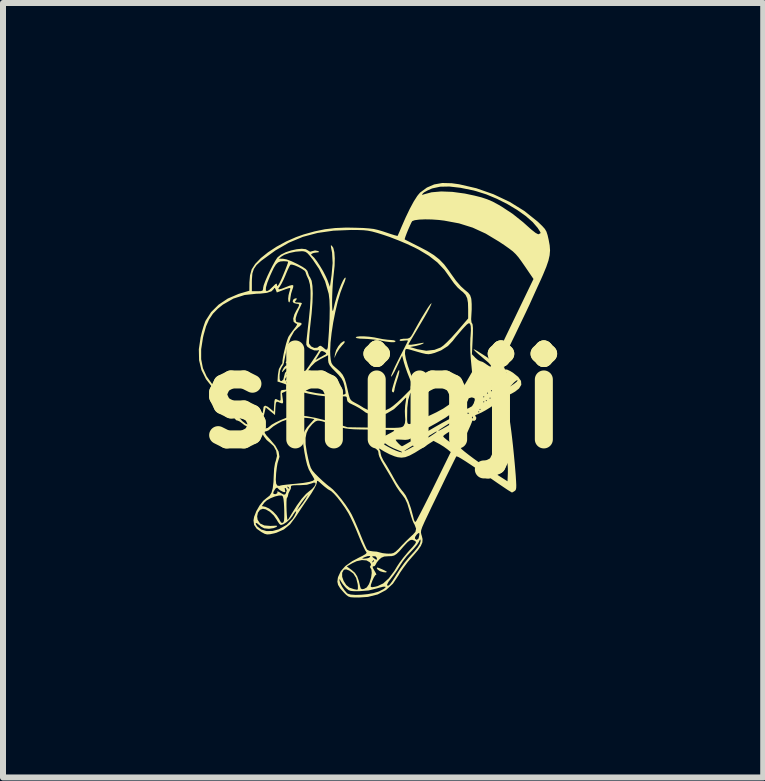
<source format=kicad_pcb>
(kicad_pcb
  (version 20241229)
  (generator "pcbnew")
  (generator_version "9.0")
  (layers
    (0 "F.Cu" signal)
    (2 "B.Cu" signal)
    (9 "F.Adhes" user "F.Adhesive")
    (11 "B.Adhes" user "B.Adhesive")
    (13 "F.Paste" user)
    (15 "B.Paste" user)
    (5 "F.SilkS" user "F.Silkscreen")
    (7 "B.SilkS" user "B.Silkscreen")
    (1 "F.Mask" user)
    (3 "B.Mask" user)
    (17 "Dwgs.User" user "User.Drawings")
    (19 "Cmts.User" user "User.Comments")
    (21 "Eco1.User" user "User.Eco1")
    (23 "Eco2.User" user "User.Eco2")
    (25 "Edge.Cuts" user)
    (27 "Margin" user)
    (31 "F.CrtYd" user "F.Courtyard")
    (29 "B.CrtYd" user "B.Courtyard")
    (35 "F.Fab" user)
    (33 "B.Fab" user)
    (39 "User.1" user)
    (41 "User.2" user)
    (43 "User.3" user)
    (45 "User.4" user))
  (footprint "shinji"
    (layer "F.Cu")
    (at 3.336 3.596)
    (property "Reference" "shinji" (at 0 0 0) (layer "F.SilkS") (effects (font (size 1.5 1.5) (thickness 0.3))))
    (attr board_only exclude_from_pos_files exclude_from_bom)
    (fp_poly (pts (xy -0.637 -0.951) (xy -0.651 -0.925) (xy -0.682 -0.891) (xy -0.732 -0.83) (xy -0.773 -0.764) (xy -0.78 -0.75) (xy -0.813 -0.677) (xy -0.802 -0.748) (xy -0.783 -0.811) (xy -0.747 -0.875) (xy -0.705 -0.927) (xy -0.664 -0.956) (xy -0.651 -0.958)) (stroke (width 0) (type solid)) (fill yes) (layer "F.SilkS"))
    (fp_poly (pts (xy -0.07 2.821) (xy -0.025 2.839) (xy 0.022 2.861) (xy 0.055 2.88) (xy 0.063 2.886) (xy 0.046 2.895) (xy 0.005 2.891) (xy -0.044 2.877) (xy -0.057 2.871) (xy -0.09 2.848) (xy -0.107 2.825) (xy -0.098 2.813) (xy -0.096 2.813)) (stroke (width 0) (type solid)) (fill yes) (layer "F.SilkS"))
    (fp_poly (pts (xy 0.268 -0.441) (xy 0.254 -0.381) (xy 0.229 -0.302) (xy 0.207 -0.231) (xy 0.192 -0.171) (xy 0.188 -0.143) (xy 0.178 -0.111) (xy 0.167 -0.104) (xy 0.148 -0.121) (xy 0.146 -0.133) (xy 0.152 -0.167) (xy 0.169 -0.227) (xy 0.191 -0.299) (xy 0.215 -0.371) (xy 0.237 -0.431) (xy 0.254 -0.468) (xy 0.257 -0.472) (xy 0.27 -0.474)) (stroke (width 0) (type solid)) (fill yes) (layer "F.SilkS"))
    (fp_poly (pts (xy -0.317 -1.04) (xy -0.234 -1.034) (xy -0.148 -1.022) (xy -0.094 -1.011) (xy -0.009 -0.994) (xy 0.076 -0.983) (xy 0.12 -0.98) (xy 0.174 -0.975) (xy 0.205 -0.964) (xy 0.208 -0.958) (xy 0.19 -0.943) (xy 0.133 -0.942) (xy 0.038 -0.954) (xy -0.042 -0.97) (xy -0.141 -0.985) (xy -0.252 -0.996) (xy -0.318 -0.999) (xy -0.39 -1.002) (xy -0.44 -1.01) (xy -0.458 -1.021) (xy -0.439 -1.034) (xy -0.389 -1.04)) (stroke (width 0) (type solid)) (fill yes) (layer "F.SilkS"))
    (fp_poly (pts (xy -1.513 -0.608) (xy -1.495 -0.603) (xy -1.435 -0.579) (xy -1.415 -0.554) (xy -1.433 -0.533) (xy -1.489 -0.522) (xy -1.519 -0.521) (xy -1.587 -0.517) (xy -1.628 -0.501) (xy -1.653 -0.474) (xy -1.676 -0.447) (xy -1.687 -0.449) (xy -1.676 -0.48) (xy -1.654 -0.519) (xy -1.623 -0.551) (xy -1.584 -0.56) (xy -1.539 -0.557) (xy -1.49 -0.554) (xy -1.469 -0.561) (xy -1.47 -0.565) (xy -1.497 -0.577) (xy -1.547 -0.583) (xy -1.554 -0.583) (xy -1.601 -0.589) (xy -1.625 -0.602) (xy -1.625 -0.604) (xy -1.615 -0.621) (xy -1.58 -0.622)) (stroke (width 0) (type solid)) (fill yes) (layer "F.SilkS"))
    (fp_poly (pts (xy 1.144 -3.592) (xy 1.266 -3.575) (xy 1.555 -3.508) (xy 1.838 -3.409) (xy 2.107 -3.282) (xy 2.353 -3.13) (xy 2.57 -2.957) (xy 2.588 -2.941) (xy 2.653 -2.878) (xy 2.696 -2.83) (xy 2.722 -2.785) (xy 2.741 -2.727) (xy 2.759 -2.649) (xy 2.776 -2.556) (xy 2.782 -2.473) (xy 2.775 -2.391) (xy 2.755 -2.302) (xy 2.719 -2.197) (xy 2.666 -2.069) (xy 2.626 -1.979) (xy 2.575 -1.868) (xy 2.525 -1.758) (xy 2.481 -1.661) (xy 2.448 -1.588) (xy 2.442 -1.574) (xy 2.416 -1.519) (xy 2.376 -1.434) (xy 2.324 -1.326) (xy 2.265 -1.203) (xy 2.202 -1.071) (xy 2.173 -1.012) (xy 2.105 -0.872) (xy 2.054 -0.765) (xy 2.018 -0.685) (xy 1.996 -0.629) (xy 1.984 -0.591) (xy 1.982 -0.567) (xy 1.988 -0.553) (xy 1.996 -0.545) (xy 2.022 -0.515) (xy 2.026 -0.497) (xy 2.033 -0.486) (xy 2.041 -0.489) (xy 2.068 -0.485) (xy 2.117 -0.462) (xy 2.165 -0.433) (xy 2.252 -0.363) (xy 2.298 -0.297) (xy 2.303 -0.233) (xy 2.266 -0.171) (xy 2.2 -0.119) (xy 2.144 -0.087) (xy 2.1 -0.066) (xy 2.087 -0.063) (xy 2.077 -0.062) (xy 2.07 -0.059) (xy 2.066 -0.047) (xy 2.065 -0.024) (xy 2.067 0.016) (xy 2.074 0.077) (xy 2.085 0.164) (xy 2.1 0.28) (xy 2.121 0.431) (xy 2.136 0.542) (xy 2.149 0.648) (xy 2.164 0.782) (xy 2.179 0.93) (xy 2.193 1.077) (xy 2.199 1.146) (xy 2.21 1.278) (xy 2.216 1.374) (xy 2.219 1.441) (xy 2.218 1.485) (xy 2.213 1.512) (xy 2.203 1.529) (xy 2.194 1.537) (xy 2.16 1.558) (xy 2.146 1.563) (xy 2.126 1.551) (xy 2.076 1.52) (xy 2.003 1.471) (xy 1.91 1.408) (xy 1.803 1.334) (xy 1.738 1.29) (xy 1.585 1.185) (xy 1.463 1.102) (xy 1.369 1.04) (xy 1.3 0.997) (xy 1.254 0.971) (xy 1.227 0.961) (xy 1.219 0.962) (xy 1.208 0.983) (xy 1.182 1.035) (xy 1.143 1.114) (xy 1.094 1.213) (xy 1.038 1.327) (xy 0.979 1.45) (xy 0.918 1.576) (xy 0.858 1.7) (xy 0.802 1.815) (xy 0.754 1.917) (xy 0.715 1.999) (xy 0.688 2.056) (xy 0.687 2.059) (xy 0.652 2.138) (xy 0.634 2.191) (xy 0.63 2.23) (xy 0.638 2.267) (xy 0.643 2.281) (xy 0.657 2.339) (xy 0.654 2.394) (xy 0.629 2.453) (xy 0.581 2.523) (xy 0.504 2.613) (xy 0.486 2.633) (xy 0.411 2.72) (xy 0.34 2.815) (xy 0.28 2.902) (xy 0.257 2.942) (xy 0.163 3.083) (xy 0.048 3.189) (xy -0.09 3.262) (xy -0.254 3.303) (xy -0.405 3.313) (xy -0.49 3.312) (xy -0.544 3.308) (xy -0.582 3.295) (xy -0.614 3.271) (xy -0.65 3.235) (xy -0.715 3.162) (xy -0.751 3.103) (xy -0.763 3.049) (xy -0.76 3.027) (xy -0.728 3.027) (xy -0.716 3.071) (xy -0.686 3.131) (xy -0.645 3.191) (xy -0.605 3.238) (xy -0.589 3.25) (xy -0.539 3.264) (xy -0.459 3.27) (xy -0.363 3.267) (xy -0.26 3.257) (xy -0.163 3.24) (xy -0.084 3.217) (xy -0.068 3.211) (xy 0.006 3.173) (xy 0.04 3.146) (xy 0.037 3.132) (xy -0.003 3.134) (xy -0.077 3.153) (xy -0.099 3.16) (xy -0.244 3.196) (xy -0.401 3.208) (xy -0.403 3.208) (xy -0.486 3.208) (xy -0.54 3.203) (xy -0.576 3.19) (xy -0.607 3.165) (xy -0.63 3.142) (xy -0.673 3.09) (xy -0.704 3.043) (xy -0.71 3.032) (xy -0.723 3.005) (xy -0.727 3.016) (xy -0.728 3.027) (xy -0.76 3.027) (xy -0.755 2.987) (xy -0.751 2.971) (xy -0.719 2.902) (xy -0.683 2.902) (xy -0.683 2.968) (xy -0.658 3.038) (xy -0.615 3.105) (xy -0.562 3.148) (xy -0.487 3.174) (xy -0.43 3.185) (xy -0.421 3.169) (xy -0.421 3.123) (xy -0.424 3.09) (xy -0.45 2.987) (xy -0.497 2.913) (xy -0.564 2.864) (xy -0.615 2.844) (xy -0.648 2.849) (xy -0.658 2.856) (xy -0.683 2.902) (xy -0.719 2.902) (xy -0.706 2.875) (xy -0.636 2.795) (xy -0.606 2.795) (xy -0.524 2.855) (xy -0.47 2.902) (xy -0.433 2.959) (xy -0.405 3.037) (xy -0.386 3.118) (xy -0.373 3.162) (xy -0.351 3.175) (xy -0.317 3.169) (xy -0.273 3.145) (xy -0.265 3.133) (xy -0.207 3.133) (xy -0.185 3.142) (xy -0.131 3.133) (xy -0.092 3.123) (xy -0.036 3.096) (xy 0.066 3.096) (xy 0.069 3.116) (xy 0.093 3.113) (xy 0.116 3.09) (xy 0.153 3.04) (xy 0.198 2.971) (xy 0.222 2.931) (xy 0.283 2.835) (xy 0.355 2.736) (xy 0.425 2.651) (xy 0.438 2.636) (xy 0.521 2.545) (xy 0.577 2.476) (xy 0.609 2.424) (xy 0.623 2.382) (xy 0.624 2.366) (xy 0.62 2.344) (xy 0.608 2.359) (xy 0.595 2.386) (xy 0.566 2.432) (xy 0.516 2.493) (xy 0.46 2.553) (xy 0.392 2.626) (xy 0.327 2.71) (xy 0.287 2.771) (xy 0.236 2.854) (xy 0.175 2.94) (xy 0.142 2.983) (xy 0.09 3.051) (xy 0.066 3.096) (xy -0.036 3.096) (xy 0.001 3.079) (xy 0.094 2.994) (xy 0.187 2.87) (xy 0.229 2.8) (xy 0.273 2.733) (xy 0.335 2.65) (xy 0.405 2.566) (xy 0.429 2.538) (xy 0.492 2.47) (xy 0.529 2.425) (xy 0.546 2.398) (xy 0.544 2.381) (xy 0.527 2.368) (xy 0.517 2.363) (xy 0.482 2.351) (xy 0.449 2.358) (xy 0.408 2.389) (xy 0.353 2.448) (xy 0.334 2.469) (xy 0.271 2.542) (xy 0.224 2.587) (xy 0.184 2.613) (xy 0.142 2.623) (xy 0.088 2.625) (xy 0.018 2.63) (xy -0.03 2.65) (xy -0.069 2.684) (xy -0.105 2.728) (xy -0.124 2.762) (xy -0.125 2.767) (xy -0.142 2.789) (xy -0.158 2.792) (xy -0.175 2.798) (xy -0.171 2.82) (xy -0.144 2.868) (xy -0.144 2.869) (xy -0.119 2.912) (xy -0.112 2.933) (xy -0.116 2.933) (xy -0.133 2.944) (xy -0.158 2.985) (xy -0.18 3.034) (xy -0.204 3.099) (xy -0.207 3.133) (xy -0.265 3.133) (xy -0.238 3.093) (xy -0.225 3.062) (xy -0.2 2.978) (xy -0.19 2.903) (xy -0.195 2.847) (xy -0.21 2.822) (xy -0.221 2.801) (xy -0.21 2.786) (xy -0.202 2.757) (xy -0.221 2.728) (xy -0.182 2.728) (xy -0.18 2.73) (xy -0.161 2.715) (xy -0.156 2.709) (xy -0.151 2.689) (xy -0.154 2.688) (xy -0.173 2.703) (xy -0.177 2.709) (xy -0.182 2.728) (xy -0.221 2.728) (xy -0.222 2.726) (xy -0.277 2.695) (xy -0.353 2.689) (xy -0.44 2.707) (xy -0.515 2.742) (xy -0.606 2.795) (xy -0.636 2.795) (xy -0.629 2.788) (xy -0.515 2.707) (xy -0.433 2.664) (xy -0.346 2.664) (xy -0.316 2.666) (xy -0.313 2.666) (xy -0.261 2.659) (xy -0.232 2.649) (xy -0.213 2.629) (xy -0.216 2.627) (xy -0.182 2.627) (xy -0.177 2.639) (xy -0.155 2.656) (xy -0.119 2.682) (xy -0.106 2.682) (xy -0.104 2.658) (xy -0.104 2.657) (xy -0.122 2.631) (xy -0.15 2.625) (xy -0.182 2.627) (xy -0.216 2.627) (xy -0.226 2.621) (xy -0.26 2.624) (xy -0.302 2.638) (xy -0.342 2.656) (xy -0.346 2.664) (xy -0.433 2.664) (xy -0.421 2.657) (xy -0.339 2.616) (xy -0.292 2.588) (xy -0.275 2.568) (xy -0.281 2.554) (xy -0.299 2.527) (xy -0.328 2.469) (xy -0.365 2.389) (xy -0.404 2.294) (xy -0.409 2.282) (xy -0.454 2.172) (xy -0.502 2.064) (xy -0.547 1.97) (xy -0.58 1.907) (xy -0.637 1.816) (xy -0.7 1.727) (xy -0.763 1.646) (xy -0.821 1.581) (xy -0.867 1.539) (xy -0.883 1.53) (xy -0.92 1.509) (xy -0.973 1.468) (xy -1.014 1.433) (xy -1.064 1.388) (xy -1.091 1.368) (xy -1.102 1.373) (xy -1.104 1.398) (xy -1.104 1.399) (xy -1.116 1.435) (xy -1.147 1.496) (xy -1.193 1.573) (xy -1.245 1.652) (xy -1.31 1.746) (xy -1.374 1.841) (xy -1.428 1.924) (xy -1.459 1.971) (xy -1.551 2.094) (xy -1.655 2.179) (xy -1.777 2.233) (xy -1.816 2.244) (xy -1.887 2.259) (xy -1.934 2.262) (xy -1.974 2.252) (xy -2.022 2.226) (xy -2.025 2.225) (xy -2.107 2.167) (xy -2.151 2.103) (xy -2.155 2.072) (xy -2.125 2.072) (xy -2.118 2.098) (xy -2.099 2.127) (xy -2.033 2.179) (xy -1.944 2.206) (xy -1.841 2.204) (xy -1.739 2.176) (xy -1.608 2.102) (xy -1.511 2.004) (xy -1.482 1.959) (xy -1.458 1.91) (xy -1.449 1.88) (xy -1.453 1.875) (xy -1.472 1.892) (xy -1.501 1.933) (xy -1.509 1.949) (xy -1.551 2.004) (xy -1.607 2.056) (xy -1.664 2.093) (xy -1.705 2.105) (xy -1.728 2.088) (xy -1.758 2.045) (xy -1.771 2.022) (xy -1.822 1.947) (xy -1.888 1.884) (xy -1.957 1.844) (xy -2.005 1.834) (xy -2.053 1.852) (xy -2.087 1.899) (xy -2.1 1.961) (xy -2.092 2.017) (xy -2.052 2.078) (xy -1.981 2.112) (xy -1.88 2.12) (xy -1.857 2.119) (xy -1.794 2.116) (xy -1.767 2.118) (xy -1.77 2.129) (xy -1.782 2.139) (xy -1.827 2.157) (xy -1.891 2.166) (xy -1.912 2.167) (xy -1.983 2.16) (xy -2.035 2.132) (xy -2.064 2.106) (xy -2.105 2.073) (xy -2.125 2.072) (xy -2.155 2.072) (xy -2.161 2.027) (xy -2.15 1.967) (xy -2.114 1.874) (xy -2.065 1.789) (xy -2.022 1.789) (xy -1.961 1.802) (xy -1.9 1.83) (xy -1.833 1.882) (xy -1.773 1.946) (xy -1.731 2.01) (xy -1.726 2.023) (xy -1.701 2.065) (xy -1.674 2.069) (xy -1.66 2.056) (xy -1.651 2.027) (xy -1.648 1.973) (xy -1.648 1.888) (xy -1.649 1.842) (xy -1.651 1.79) (xy -1.611 1.79) (xy -1.609 1.866) (xy -1.605 1.937) (xy -1.6 1.992) (xy -1.594 2.02) (xy -1.592 2.021) (xy -1.579 2.005) (xy -1.552 1.963) (xy -1.528 1.922) (xy -1.492 1.865) (xy -1.441 1.865) (xy -1.387 1.802) (xy -1.338 1.739) (xy -1.293 1.671) (xy -1.291 1.667) (xy -1.249 1.594) (xy -1.311 1.667) (xy -1.358 1.728) (xy -1.399 1.789) (xy -1.406 1.802) (xy -1.441 1.865) (xy -1.492 1.865) (xy -1.441 1.783) (xy -1.359 1.669) (xy -1.285 1.586) (xy -1.241 1.549) (xy -1.185 1.504) (xy -1.146 1.46) (xy -1.127 1.424) (xy -1.13 1.401) (xy -1.157 1.398) (xy -1.191 1.411) (xy -1.27 1.434) (xy -1.383 1.441) (xy -1.401 1.441) (xy -1.48 1.442) (xy -1.523 1.447) (xy -1.537 1.46) (xy -1.536 1.465) (xy -1.539 1.501) (xy -1.555 1.531) (xy -1.578 1.578) (xy -1.584 1.607) (xy -1.593 1.641) (xy -1.603 1.65) (xy -1.608 1.671) (xy -1.611 1.721) (xy -1.611 1.79) (xy -1.651 1.79) (xy -1.654 1.738) (xy -1.661 1.67) (xy -1.671 1.631) (xy -1.686 1.615) (xy -1.686 1.614) (xy -1.735 1.613) (xy -1.803 1.629) (xy -1.876 1.658) (xy -1.941 1.695) (xy -1.98 1.731) (xy -2.022 1.789) (xy -2.065 1.789) (xy -2.061 1.781) (xy -1.998 1.701) (xy -1.936 1.649) (xy -1.935 1.649) (xy -1.891 1.614) (xy -1.86 1.564) (xy -1.858 1.557) (xy -1.83 1.557) (xy -1.828 1.586) (xy -1.797 1.591) (xy -1.792 1.59) (xy -1.764 1.574) (xy -1.762 1.56) (xy -1.765 1.543) (xy -1.738 1.552) (xy -1.696 1.577) (xy -1.656 1.598) (xy -1.634 1.595) (xy -1.624 1.582) (xy -1.606 1.53) (xy -1.622 1.493) (xy -1.627 1.488) (xy -1.642 1.49) (xy -1.636 1.521) (xy -1.63 1.553) (xy -1.649 1.557) (xy -1.67 1.551) (xy -1.72 1.525) (xy -1.745 1.502) (xy -1.767 1.481) (xy -1.788 1.492) (xy -1.802 1.509) (xy -1.83 1.557) (xy -1.858 1.557) (xy -1.84 1.491) (xy -1.837 1.465) (xy -1.601 1.465) (xy -1.596 1.476) (xy -1.575 1.499) (xy -1.563 1.494) (xy -1.563 1.491) (xy -1.578 1.473) (xy -1.587 1.467) (xy -1.601 1.465) (xy -1.837 1.465) (xy -1.828 1.389) (xy -1.824 1.292) (xy -1.817 1.166) (xy -1.802 1.074) (xy -1.788 1.031) (xy -1.769 0.952) (xy -1.783 0.867) (xy -1.826 0.789) (xy -1.885 0.735) (xy -1.942 0.687) (xy -1.987 0.629) (xy -1.992 0.62) (xy -2.033 0.548) (xy -1.974 0.548) (xy -1.973 0.571) (xy -1.944 0.613) (xy -1.886 0.676) (xy -1.795 0.784) (xy -1.742 0.881) (xy -1.728 0.968) (xy -1.75 1.041) (xy -1.761 1.078) (xy -1.772 1.145) (xy -1.782 1.228) (xy -1.784 1.25) (xy -1.789 1.351) (xy -1.783 1.415) (xy -1.763 1.448) (xy -1.729 1.453) (xy -1.709 1.446) (xy -1.676 1.44) (xy -1.611 1.432) (xy -1.526 1.423) (xy -1.454 1.417) (xy -1.327 1.403) (xy -1.23 1.386) (xy -1.169 1.367) (xy -1.146 1.346) (xy -1.146 1.345) (xy -1.156 1.324) (xy -1.182 1.279) (xy -1.208 1.236) (xy -1.241 1.175) (xy -1.267 1.102) (xy -1.29 1.008) (xy -1.312 0.892) (xy -1.331 0.767) (xy -1.338 0.674) (xy -1.336 0.654) (xy -1.293 0.654) (xy -1.292 0.757) (xy -1.273 0.887) (xy -1.249 1.001) (xy -1.227 1.089) (xy -1.206 1.151) (xy -1.177 1.2) (xy -1.133 1.25) (xy -1.077 1.306) (xy -1.01 1.369) (xy -0.947 1.424) (xy -0.899 1.463) (xy -0.889 1.469) (xy -0.836 1.514) (xy -0.769 1.585) (xy -0.696 1.674) (xy -0.625 1.769) (xy -0.563 1.863) (xy -0.524 1.931) (xy -0.488 2.007) (xy -0.444 2.107) (xy -0.398 2.214) (xy -0.374 2.275) (xy -0.337 2.365) (xy -0.304 2.441) (xy -0.279 2.495) (xy -0.266 2.516) (xy -0.233 2.534) (xy -0.178 2.543) (xy -0.169 2.544) (xy -0.106 2.549) (xy -0.055 2.562) (xy -0.052 2.563) (xy -0.006 2.574) (xy 0.06 2.581) (xy 0.086 2.582) (xy 0.134 2.581) (xy 0.172 2.572) (xy 0.208 2.549) (xy 0.255 2.506) (xy 0.304 2.453) (xy 0.37 2.385) (xy 0.425 2.332) (xy 0.53 2.332) (xy 0.558 2.353) (xy 0.585 2.336) (xy 0.592 2.322) (xy 0.603 2.271) (xy 0.604 2.254) (xy 0.6 2.235) (xy 0.581 2.245) (xy 0.56 2.264) (xy 0.533 2.303) (xy 0.53 2.332) (xy 0.425 2.332) (xy 0.435 2.322) (xy 0.485 2.275) (xy 0.494 2.268) (xy 0.538 2.219) (xy 0.549 2.166) (xy 0.525 2.101) (xy 0.509 2.073) (xy 0.492 2.034) (xy 0.469 1.967) (xy 0.444 1.885) (xy 0.436 1.856) (xy 0.402 1.745) (xy 0.364 1.664) (xy 0.322 1.606) (xy 0.275 1.546) (xy 0.222 1.468) (xy 0.186 1.406) (xy 0.142 1.328) (xy 0.086 1.233) (xy 0.029 1.138) (xy 0.016 1.116) (xy -0.032 1.033) (xy -0.064 0.965) (xy -0.077 0.92) (xy -0.076 0.913) (xy -0.084 0.87) (xy -0.106 0.847) (xy -0.125 0.829) (xy -0.07 0.829) (xy -0.068 0.835) (xy -0.047 0.877) (xy -0.042 0.912) (xy -0.03 0.958) (xy -0.001 1.019) (xy 0.017 1.049) (xy 0.054 1.107) (xy 0.102 1.188) (xy 0.153 1.278) (xy 0.172 1.313) (xy 0.221 1.398) (xy 0.273 1.477) (xy 0.317 1.535) (xy 0.333 1.552) (xy 0.376 1.612) (xy 0.421 1.706) (xy 0.464 1.828) (xy 0.502 1.97) (xy 0.51 2.006) (xy 0.524 2.044) (xy 0.541 2.053) (xy 0.555 2.032) (xy 0.584 1.978) (xy 0.627 1.896) (xy 0.681 1.791) (xy 0.744 1.666) (xy 0.813 1.528) (xy 0.844 1.465) (xy 1.127 0.889) (xy 1.069 0.841) (xy 1.038 0.819) (xy 1.292 0.819) (xy 1.308 0.84) (xy 1.354 0.879) (xy 1.424 0.934) (xy 1.512 1) (xy 1.613 1.072) (xy 1.721 1.147) (xy 1.831 1.222) (xy 1.933 1.287) (xy 2.073 1.376) (xy 2.079 1.237) (xy 2.079 1.166) (xy 2.073 1.066) (xy 2.063 0.947) (xy 2.05 0.82) (xy 2.043 0.762) (xy 2.026 0.63) (xy 2.007 0.494) (xy 1.988 0.368) (xy 1.972 0.266) (xy 1.967 0.236) (xy 1.935 0.046) (xy 1.785 0.145) (xy 1.709 0.192) (xy 1.637 0.231) (xy 1.584 0.255) (xy 1.574 0.259) (xy 1.536 0.274) (xy 1.537 0.289) (xy 1.539 0.29) (xy 1.554 0.317) (xy 1.546 0.349) (xy 1.523 0.368) (xy 1.508 0.367) (xy 1.485 0.365) (xy 1.484 0.371) (xy 1.477 0.394) (xy 1.455 0.447) (xy 1.422 0.521) (xy 1.39 0.589) (xy 1.35 0.674) (xy 1.318 0.747) (xy 1.297 0.799) (xy 1.292 0.819) (xy 1.038 0.819) (xy 1.012 0.8) (xy 0.944 0.758) (xy 0.926 0.748) (xy 0.84 0.702) (xy 0.644 0.828) (xy 0.53 0.899) (xy 0.441 0.947) (xy 0.369 0.974) (xy 0.306 0.982) (xy 0.244 0.975) (xy 0.191 0.96) (xy 0.108 0.926) (xy 0.023 0.882) (xy -0.004 0.866) (xy -0.049 0.838) (xy -0.07 0.829) (xy -0.125 0.829) (xy -0.132 0.822) (xy -0.134 0.789) (xy -0.123 0.752) (xy -0.105 0.719) (xy -0.037 0.719) (xy -0.016 0.74) (xy 0.028 0.77) (xy 0.086 0.803) (xy 0.151 0.837) (xy 0.216 0.866) (xy 0.272 0.886) (xy 0.312 0.894) (xy 0.313 0.894) (xy 0.316 0.887) (xy 0.286 0.872) (xy 0.273 0.867) (xy 0.356 0.867) (xy 0.361 0.87) (xy 0.395 0.855) (xy 0.451 0.825) (xy 0.524 0.785) (xy 0.607 0.737) (xy 0.693 0.685) (xy 0.714 0.673) (xy 0.789 0.625) (xy 0.79 0.625) (xy 1 0.625) (xy 1.016 0.647) (xy 1.056 0.681) (xy 1.089 0.706) (xy 1.177 0.767) (xy 1.197 0.722) (xy 1.216 0.68) (xy 1.246 0.615) (xy 1.274 0.555) (xy 1.301 0.497) (xy 1.313 0.461) (xy 1.305 0.448) (xy 1.272 0.458) (xy 1.211 0.489) (xy 1.13 0.534) (xy 1.066 0.572) (xy 1.02 0.604) (xy 1 0.624) (xy 1 0.625) (xy 0.79 0.625) (xy 0.85 0.585) (xy 0.887 0.558) (xy 0.896 0.55) (xy 0.882 0.549) (xy 0.872 0.554) (xy 0.845 0.57) (xy 0.791 0.603) (xy 0.715 0.648) (xy 0.627 0.7) (xy 0.608 0.712) (xy 0.519 0.765) (xy 0.443 0.811) (xy 0.387 0.846) (xy 0.358 0.865) (xy 0.356 0.867) (xy 0.273 0.867) (xy 0.269 0.865) (xy 0.177 0.827) (xy 0.095 0.786) (xy 0.037 0.747) (xy 0.026 0.737) (xy -0.01 0.713) (xy -0.028 0.71) (xy -0.037 0.719) (xy -0.105 0.719) (xy -0.103 0.714) (xy -0.073 0.685) (xy 0.208 0.685) (xy 0.222 0.708) (xy 0.253 0.743) (xy 0.288 0.776) (xy 0.313 0.792) (xy 0.314 0.792) (xy 0.336 0.782) (xy 0.387 0.753) (xy 0.461 0.71) (xy 0.551 0.657) (xy 0.607 0.623) (xy 0.727 0.552) (xy 0.758 0.534) (xy 0.917 0.534) (xy 0.934 0.53) (xy 0.981 0.506) (xy 1.055 0.464) (xy 1.15 0.407) (xy 1.245 0.348) (xy 1.3 0.313) (xy 1.479 0.313) (xy 1.487 0.33) (xy 1.493 0.326) (xy 1.496 0.302) (xy 1.493 0.299) (xy 1.481 0.302) (xy 1.479 0.313) (xy 1.3 0.313) (xy 1.308 0.308) (xy 1.354 0.275) (xy 1.375 0.257) (xy 1.375 0.256) (xy 1.36 0.258) (xy 1.328 0.275) (xy 1.291 0.298) (xy 1.228 0.337) (xy 1.149 0.384) (xy 1.099 0.414) (xy 1.023 0.461) (xy 0.963 0.5) (xy 0.925 0.526) (xy 0.917 0.534) (xy 0.758 0.534) (xy 0.856 0.476) (xy 0.981 0.405) (xy 1.088 0.347) (xy 1.104 0.338) (xy 1.192 0.29) (xy 1.266 0.247) (xy 1.284 0.236) (xy 1.403 0.236) (xy 1.406 0.249) (xy 1.417 0.25) (xy 1.434 0.242) (xy 1.431 0.236) (xy 1.406 0.234) (xy 1.403 0.236) (xy 1.284 0.236) (xy 1.312 0.219) (xy 1.584 0.219) (xy 1.594 0.229) (xy 1.604 0.219) (xy 1.594 0.208) (xy 1.584 0.219) (xy 1.312 0.219) (xy 1.32 0.214) (xy 1.344 0.196) (xy 1.373 0.177) (xy 1.604 0.177) (xy 1.615 0.188) (xy 1.625 0.177) (xy 1.615 0.167) (xy 1.604 0.177) (xy 1.373 0.177) (xy 1.379 0.174) (xy 1.423 0.158) (xy 1.481 0.125) (xy 1.51 0.078) (xy 1.518 0.052) (xy 1.667 0.052) (xy 1.677 0.063) (xy 1.688 0.052) (xy 1.677 0.042) (xy 1.667 0.052) (xy 1.518 0.052) (xy 1.525 0.031) (xy 1.709 0.031) (xy 1.719 0.042) (xy 1.729 0.031) (xy 1.719 0.021) (xy 1.709 0.031) (xy 1.525 0.031) (xy 1.529 0.02) (xy 1.521 -0.01) (xy 1.52 -0.01) (xy 1.771 -0.01) (xy 1.782 0) (xy 1.792 -0.01) (xy 1.782 -0.021) (xy 1.771 -0.01) (xy 1.52 -0.01) (xy 1.483 -0.021) (xy 1.469 -0.021) (xy 1.427 -0.008) (xy 1.413 0.026) (xy 1.391 0.067) (xy 1.365 0.08) (xy 1.327 0.098) (xy 1.274 0.136) (xy 1.24 0.167) (xy 1.155 0.236) (xy 1.039 0.316) (xy 0.895 0.402) (xy 0.756 0.479) (xy 0.67 0.527) (xy 0.58 0.584) (xy 0.531 0.617) (xy 0.469 0.659) (xy 0.42 0.68) (xy 0.369 0.686) (xy 0.318 0.683) (xy 0.257 0.68) (xy 0.217 0.681) (xy 0.208 0.685) (xy -0.073 0.685) (xy -0.068 0.679) (xy -0.01 0.641) (xy 0.06 0.604) (xy 0.134 0.565) (xy 0.175 0.541) (xy 0.186 0.527) (xy 0.172 0.522) (xy 0.156 0.521) (xy 0.115 0.52) (xy 0.04 0.518) (xy -0.059 0.517) (xy -0.175 0.515) (xy -0.26 0.514) (xy -0.391 0.512) (xy -0.489 0.509) (xy -0.566 0.503) (xy -0.63 0.494) (xy -0.692 0.48) (xy -0.761 0.459) (xy -0.848 0.43) (xy -0.85 0.43) (xy -0.95 0.396) (xy -1.019 0.375) (xy -1.065 0.366) (xy -1.096 0.366) (xy -1.121 0.375) (xy -1.136 0.384) (xy -1.18 0.422) (xy -1.227 0.479) (xy -1.243 0.501) (xy -1.277 0.571) (xy -1.293 0.654) (xy -1.336 0.654) (xy -1.331 0.601) (xy -1.309 0.539) (xy -1.269 0.478) (xy -1.218 0.419) (xy -1.146 0.339) (xy -1.211 0.326) (xy -1.386 0.31) (xy -1.555 0.331) (xy -1.686 0.377) (xy -1.761 0.417) (xy -1.827 0.458) (xy -1.869 0.492) (xy -1.91 0.527) (xy -1.947 0.542) (xy -1.947 0.542) (xy -1.974 0.548) (xy -2.033 0.548) (xy -2.035 0.545) (xy -2.078 0.502) (xy -2.13 0.483) (xy -2.18 0.479) (xy -2.251 0.471) (xy -2.311 0.441) (xy -2.315 0.438) (xy -2.146 0.438) (xy -2.129 0.456) (xy -2.114 0.458) (xy -2.092 0.448) (xy -2.094 0.438) (xy -2.121 0.418) (xy -2.127 0.417) (xy -2.146 0.433) (xy -2.146 0.438) (xy -2.315 0.438) (xy -2.343 0.415) (xy -2.39 0.38) (xy -2.427 0.363) (xy -2.437 0.364) (xy -2.455 0.353) (xy -2.485 0.312) (xy -2.519 0.249) (xy -2.526 0.235) (xy -2.559 0.166) (xy -2.585 0.113) (xy -2.599 0.086) (xy -2.599 0.085) (xy -2.616 0.092) (xy -2.652 0.122) (xy -2.674 0.142) (xy -2.742 0.208) (xy -2.733 0.074) (xy -2.725 -0.061) (xy -2.839 -0.181) (xy -2.952 -0.325) (xy -3.028 -0.477) (xy -3.068 -0.642) (xy -3.068 -0.659) (xy -3.033 -0.659) (xy -3.004 -0.51) (xy -2.942 -0.373) (xy -2.846 -0.239) (xy -2.813 -0.201) (xy -2.756 -0.137) (xy -2.722 -0.09) (xy -2.706 -0.047) (xy -2.7 0.002) (xy -2.7 0.021) (xy -2.698 0.122) (xy -2.652 0.079) (xy -2.617 0.05) (xy -2.598 0.043) (xy -2.597 0.043) (xy -2.585 0.065) (xy -2.558 0.113) (xy -2.523 0.179) (xy -2.519 0.186) (xy -2.449 0.32) (xy -2.447 0.313) (xy -2.403 0.313) (xy -2.344 0.376) (xy -2.289 0.418) (xy -2.234 0.437) (xy -2.191 0.43) (xy -2.177 0.417) (xy -2.148 0.399) (xy -2.119 0.393) (xy -2.11 0.389) (xy -2.136 0.381) (xy -2.167 0.375) (xy -2.244 0.359) (xy -2.299 0.345) (xy -2.205 0.345) (xy -2.176 0.35) (xy -2.143 0.352) (xy -2.072 0.363) (xy -2.032 0.388) (xy -2.028 0.424) (xy -2.041 0.447) (xy -2.052 0.478) (xy -2.024 0.496) (xy -1.977 0.5) (xy -1.923 0.486) (xy -1.892 0.461) (xy -1.858 0.433) (xy -1.795 0.397) (xy -1.716 0.359) (xy -1.63 0.324) (xy -1.55 0.296) (xy -1.5 0.284) (xy -1.404 0.279) (xy -1.276 0.291) (xy -1.125 0.319) (xy -0.954 0.362) (xy -0.853 0.393) (xy -0.594 0.475) (xy -0.142 0.482) (xy 0.007 0.485) (xy 0.12 0.486) (xy 0.202 0.485) (xy 0.259 0.482) (xy 0.296 0.477) (xy 0.32 0.469) (xy 0.335 0.458) (xy 0.344 0.448) (xy 0.363 0.407) (xy 0.369 0.347) (xy 0.365 0.292) (xy 0.362 0.204) (xy 0.367 0.113) (xy 0.372 0.078) (xy 0.381 0.021) (xy 0.384 -0.015) (xy 0.383 -0.021) (xy 0.366 -0.007) (xy 0.33 0.03) (xy 0.298 0.064) (xy 0.18 0.174) (xy 0.059 0.246) (xy -0.061 0.28) (xy -0.178 0.275) (xy -0.289 0.231) (xy -0.34 0.194) (xy -0.396 0.157) (xy -0.468 0.117) (xy -0.502 0.101) (xy -0.564 0.071) (xy -0.595 0.043) (xy -0.604 0.009) (xy -0.604 0.006) (xy -0.606 -0.021) (xy -0.617 -0.036) (xy -0.648 -0.04) (xy -0.706 -0.037) (xy -0.745 -0.033) (xy -0.839 -0.032) (xy -0.956 -0.04) (xy -1.082 -0.055) (xy -1.207 -0.077) (xy -1.318 -0.102) (xy -1.404 -0.13) (xy -1.427 -0.14) (xy -1.475 -0.163) (xy -1.51 -0.169) (xy -1.55 -0.157) (xy -1.595 -0.137) (xy -1.687 -0.094) (xy -1.674 -0.002) (xy -1.667 0.053) (xy -1.672 0.076) (xy -1.698 0.075) (xy -1.753 0.053) (xy -1.76 0.05) (xy -1.778 0.052) (xy -1.789 0.079) (xy -1.795 0.14) (xy -1.796 0.155) (xy -1.802 0.272) (xy -1.88 0.208) (xy -1.957 0.144) (xy -1.97 0.202) (xy -1.985 0.267) (xy -1.998 0.298) (xy -2.015 0.304) (xy -2.042 0.292) (xy -2.043 0.291) (xy -2.086 0.279) (xy -2.122 0.298) (xy -2.17 0.329) (xy -2.198 0.339) (xy -2.205 0.345) (xy -2.299 0.345) (xy -2.317 0.341) (xy -2.332 0.336) (xy -2.403 0.313) (xy -2.447 0.313) (xy -2.428 0.249) (xy -2.426 0.244) (xy -2.394 0.244) (xy -2.388 0.278) (xy -2.361 0.298) (xy -2.285 0.31) (xy -2.24 0.297) (xy -2.233 0.287) (xy -2.2 0.287) (xy -2.179 0.29) (xy -2.152 0.286) (xy -2.152 0.279) (xy -2.18 0.274) (xy -2.192 0.277) (xy -2.2 0.287) (xy -2.233 0.287) (xy -2.223 0.271) (xy -2.223 0.245) (xy -2.158 0.245) (xy -2.138 0.248) (xy -2.11 0.245) (xy -2.11 0.237) (xy -2.138 0.232) (xy -2.15 0.236) (xy -2.158 0.245) (xy -2.223 0.245) (xy -2.222 0.238) (xy -2.231 0.229) (xy -2.249 0.246) (xy -2.251 0.255) (xy -2.26 0.265) (xy -2.278 0.247) (xy -2.319 0.214) (xy -2.345 0.205) (xy -2.379 0.214) (xy -2.394 0.244) (xy -2.426 0.244) (xy -2.405 0.185) (xy -2.393 0.159) (xy -2.347 0.159) (xy -2.344 0.167) (xy -2.325 0.187) (xy -2.322 0.188) (xy -2.313 0.171) (xy -2.313 0.167) (xy -2.329 0.147) (xy -2.335 0.146) (xy -2.347 0.159) (xy -2.393 0.159) (xy -2.38 0.131) (xy -2.38 0.13) (xy -2.35 0.091) (xy -2.324 0.091) (xy -2.299 0.132) (xy -2.292 0.151) (xy -2.267 0.219) (xy -2.248 0.154) (xy -2.223 0.154) (xy -2.222 0.175) (xy -2.209 0.188) (xy -2.178 0.199) (xy -2.169 0.196) (xy -2.173 0.176) (xy -2.184 0.163) (xy -2.212 0.149) (xy -2.223 0.154) (xy -2.248 0.154) (xy -2.247 0.148) (xy -2.227 0.077) (xy -2.139 0.164) (xy -2.075 0.221) (xy -2.033 0.245) (xy -2.009 0.237) (xy -2 0.197) (xy -2 0.189) (xy -1.992 0.134) (xy -1.967 0.115) (xy -1.923 0.133) (xy -1.891 0.158) (xy -1.823 0.215) (xy -1.817 0.107) (xy -1.812 0.041) (xy -1.803 0.009) (xy -1.785 0.005) (xy -1.751 0.021) (xy -1.747 0.023) (xy -1.719 0.034) (xy -1.709 0.019) (xy -1.709 -0.024) (xy -1.711 -0.093) (xy -1.706 -0.129) (xy -1.69 -0.144) (xy -1.669 -0.146) (xy -1.6 -0.154) (xy -1.568 -0.176) (xy -1.574 -0.206) (xy -1.618 -0.238) (xy -1.651 -0.251) (xy -1.526 -0.251) (xy -1.496 -0.216) (xy -1.436 -0.181) (xy -1.349 -0.148) (xy -1.241 -0.119) (xy -1.116 -0.094) (xy -0.981 -0.076) (xy -0.841 -0.066) (xy -0.787 -0.065) (xy -0.702 -0.065) (xy -0.652 -0.07) (xy -0.629 -0.081) (xy -0.625 -0.093) (xy -0.629 -0.13) (xy -0.64 -0.19) (xy -0.647 -0.225) (xy -0.665 -0.285) (xy -0.694 -0.339) (xy -0.743 -0.398) (xy -0.793 -0.449) (xy -0.855 -0.513) (xy -0.893 -0.561) (xy -0.911 -0.6) (xy -0.917 -0.642) (xy -0.917 -0.649) (xy -0.917 -0.726) (xy -1.041 -0.662) (xy -1.133 -0.606) (xy -1.201 -0.539) (xy -1.237 -0.49) (xy -1.298 -0.416) (xy -1.368 -0.356) (xy -1.437 -0.32) (xy -1.475 -0.313) (xy -1.504 -0.298) (xy -1.518 -0.284) (xy -1.526 -0.251) (xy -1.651 -0.251) (xy -1.662 -0.255) (xy -1.761 -0.287) (xy -1.754 -0.399) (xy -1.738 -0.494) (xy -1.706 -0.554) (xy -1.681 -0.588) (xy -1.678 -0.608) (xy -1.678 -0.632) (xy -1.67 -0.686) (xy -1.656 -0.759) (xy -1.637 -0.84) (xy -1.617 -0.919) (xy -1.597 -0.984) (xy -1.581 -1.027) (xy -1.581 -1.028) (xy -1.554 -1.07) (xy -1.512 -1.128) (xy -1.488 -1.159) (xy -1.449 -1.21) (xy -1.434 -1.237) (xy -1.442 -1.25) (xy -1.459 -1.256) (xy -1.492 -1.283) (xy -1.499 -1.335) (xy -1.48 -1.405) (xy -1.448 -1.469) (xy -1.412 -1.53) (xy -1.4 -1.565) (xy -1.411 -1.58) (xy -1.445 -1.584) (xy -1.446 -1.584) (xy -1.491 -1.596) (xy -1.509 -1.624) (xy -1.494 -1.657) (xy -1.479 -1.667) (xy -1.445 -1.677) (xy -1.44 -1.661) (xy -1.463 -1.629) (xy -1.471 -1.612) (xy -1.447 -1.605) (xy -1.421 -1.604) (xy -1.375 -1.601) (xy -1.355 -1.594) (xy -1.354 -1.593) (xy -1.363 -1.57) (xy -1.385 -1.522) (xy -1.406 -1.479) (xy -1.436 -1.411) (xy -1.455 -1.35) (xy -1.459 -1.324) (xy -1.45 -1.284) (xy -1.417 -1.271) (xy -1.406 -1.271) (xy -1.364 -1.263) (xy -1.359 -1.24) (xy -1.392 -1.206) (xy -1.409 -1.195) (xy -1.482 -1.124) (xy -1.544 -1.014) (xy -1.596 -0.865) (xy -1.608 -0.818) (xy -1.627 -0.733) (xy -1.642 -0.661) (xy -1.651 -0.614) (xy -1.652 -0.604) (xy -1.665 -0.566) (xy -1.688 -0.531) (xy -1.717 -0.472) (xy -1.726 -0.389) (xy -1.725 -0.329) (xy -1.716 -0.3) (xy -1.696 -0.295) (xy -1.692 -0.296) (xy -1.683 -0.303) (xy -1.636 -0.303) (xy -1.62 -0.309) (xy -1.613 -0.314) (xy -1.588 -0.344) (xy -1.584 -0.357) (xy -1.593 -0.376) (xy -1.613 -0.367) (xy -1.631 -0.336) (xy -1.632 -0.332) (xy -1.636 -0.303) (xy -1.683 -0.303) (xy -1.663 -0.321) (xy -1.654 -0.36) (xy -1.635 -0.433) (xy -1.584 -0.48) (xy -1.501 -0.499) (xy -1.478 -0.5) (xy -1.411 -0.505) (xy -1.373 -0.52) (xy -1.368 -0.526) (xy -1.359 -0.535) (xy -1.356 -0.518) (xy -1.369 -0.484) (xy -1.414 -0.465) (xy -1.496 -0.458) (xy -1.499 -0.458) (xy -1.56 -0.45) (xy -1.602 -0.43) (xy -1.604 -0.427) (xy -1.617 -0.405) (xy -1.598 -0.397) (xy -1.572 -0.396) (xy -1.513 -0.396) (xy -1.573 -0.334) (xy -1.611 -0.286) (xy -1.618 -0.259) (xy -1.598 -0.259) (xy -1.555 -0.289) (xy -1.547 -0.296) (xy -1.486 -0.339) (xy -1.417 -0.372) (xy -1.412 -0.374) (xy -1.371 -0.392) (xy -1.332 -0.422) (xy -1.289 -0.471) (xy -1.235 -0.547) (xy -1.213 -0.58) (xy -1.168 -0.646) (xy -1.127 -0.646) (xy -1.048 -0.69) (xy -0.995 -0.72) (xy -0.957 -0.741) (xy -0.95 -0.745) (xy -0.952 -0.761) (xy -0.981 -0.782) (xy -1.02 -0.797) (xy -1.043 -0.785) (xy -1.051 -0.771) (xy -1.08 -0.723) (xy -1.1 -0.69) (xy -1.127 -0.646) (xy -1.168 -0.646) (xy -1.149 -0.675) (xy -1.105 -0.741) (xy -1.08 -0.782) (xy -1.07 -0.803) (xy -1.072 -0.811) (xy -1.085 -0.808) (xy -1.099 -0.804) (xy -1.15 -0.806) (xy -1.215 -0.834) (xy -1.262 -0.866) (xy -1.28 -0.898) (xy -1.28 -0.949) (xy -1.279 -0.954) (xy -1.274 -1.004) (xy -1.265 -1.085) (xy -1.254 -1.185) (xy -1.241 -1.295) (xy -1.24 -1.307) (xy -1.22 -1.508) (xy -1.21 -1.672) (xy -1.21 -1.803) (xy -1.221 -1.905) (xy -1.241 -1.981) (xy -1.25 -2) (xy -1.276 -2.057) (xy -1.291 -2.1) (xy -1.292 -2.11) (xy -1.309 -2.134) (xy -1.353 -2.164) (xy -1.411 -2.196) (xy -1.471 -2.222) (xy -1.52 -2.236) (xy -1.546 -2.234) (xy -1.562 -2.207) (xy -1.589 -2.151) (xy -1.62 -2.079) (xy -1.627 -2.061) (xy -1.661 -1.983) (xy -1.694 -1.917) (xy -1.72 -1.874) (xy -1.723 -1.87) (xy -1.747 -1.836) (xy -1.737 -1.823) (xy -1.691 -1.833) (xy -1.637 -1.854) (xy -1.559 -1.885) (xy -1.514 -1.896) (xy -1.496 -1.885) (xy -1.501 -1.852) (xy -1.512 -1.822) (xy -1.534 -1.751) (xy -1.546 -1.68) (xy -1.546 -1.676) (xy -1.552 -1.629) (xy -1.564 -1.605) (xy -1.566 -1.604) (xy -1.579 -1.622) (xy -1.583 -1.667) (xy -1.577 -1.724) (xy -1.563 -1.781) (xy -1.562 -1.783) (xy -1.549 -1.826) (xy -1.548 -1.846) (xy -1.569 -1.844) (xy -1.618 -1.829) (xy -1.664 -1.812) (xy -1.772 -1.771) (xy -1.79 -1.818) (xy -1.806 -1.849) (xy -1.817 -1.842) (xy -1.823 -1.83) (xy -1.86 -1.791) (xy -1.936 -1.765) (xy -2.047 -1.752) (xy -2.113 -1.75) (xy -2.309 -1.729) (xy -2.496 -1.669) (xy -2.669 -1.57) (xy -2.754 -1.502) (xy -2.837 -1.417) (xy -2.901 -1.321) (xy -2.952 -1.206) (xy -2.993 -1.06) (xy -3.003 -1.016) (xy -3.033 -0.825) (xy -3.033 -0.659) (xy -3.068 -0.659) (xy -3.072 -0.824) (xy -3.043 -1.02) (xy -3.02 -1.117) (xy -2.993 -1.208) (xy -2.968 -1.28) (xy -2.959 -1.301) (xy -2.868 -1.443) (xy -2.742 -1.568) (xy -2.589 -1.67) (xy -2.412 -1.746) (xy -2.381 -1.756) (xy -2.23 -1.8) (xy -2.229 -1.937) (xy -2.228 -1.949) (xy -2.188 -1.949) (xy -2.188 -1.792) (xy -2.094 -1.792) (xy -2.036 -1.794) (xy -2.009 -1.804) (xy -2.008 -1.807) (xy -1.956 -1.807) (xy -1.939 -1.792) (xy -1.9 -1.811) (xy -1.841 -1.866) (xy -1.841 -1.866) (xy -1.799 -1.908) (xy -1.777 -1.92) (xy -1.77 -1.904) (xy -1.77 -1.903) (xy -1.768 -1.877) (xy -1.755 -1.885) (xy -1.74 -1.904) (xy -1.723 -1.936) (xy -1.696 -1.993) (xy -1.665 -2.066) (xy -1.633 -2.143) (xy -1.606 -2.212) (xy -1.588 -2.263) (xy -1.584 -2.283) (xy -1.602 -2.289) (xy -1.648 -2.292) (xy -1.664 -2.292) (xy -1.713 -2.288) (xy -1.752 -2.272) (xy -1.787 -2.238) (xy -1.823 -2.18) (xy -1.865 -2.091) (xy -1.884 -2.049) (xy -1.929 -1.937) (xy -1.953 -1.856) (xy -1.956 -1.807) (xy -2.008 -1.807) (xy -2.001 -1.83) (xy -2 -1.849) (xy -1.991 -1.891) (xy -1.965 -1.96) (xy -1.929 -2.044) (xy -1.885 -2.136) (xy -1.84 -2.224) (xy -1.798 -2.299) (xy -1.775 -2.335) (xy -1.74 -2.335) (xy -1.667 -2.333) (xy -1.608 -2.322) (xy -1.525 -2.291) (xy -1.429 -2.245) (xy -1.427 -2.244) (xy -1.343 -2.198) (xy -1.29 -2.162) (xy -1.263 -2.131) (xy -1.254 -2.105) (xy -1.235 -2.049) (xy -1.215 -2.017) (xy -1.192 -1.967) (xy -1.178 -1.878) (xy -1.173 -1.755) (xy -1.178 -1.602) (xy -1.192 -1.42) (xy -1.205 -1.304) (xy -1.218 -1.185) (xy -1.228 -1.08) (xy -1.234 -0.995) (xy -1.236 -0.938) (xy -1.234 -0.918) (xy -1.199 -0.871) (xy -1.149 -0.847) (xy -1.097 -0.851) (xy -1.06 -0.88) (xy -1.038 -0.882) (xy -1.003 -0.857) (xy -0.959 -0.82) (xy -0.934 -0.819) (xy -0.923 -0.853) (xy -0.922 -0.86) (xy -0.904 -1.116) (xy -0.893 -1.332) (xy -0.89 -1.509) (xy -0.895 -1.648) (xy -0.907 -1.748) (xy -0.968 -1.959) (xy -1.069 -2.165) (xy -1.172 -2.318) (xy -1.226 -2.387) (xy -1.265 -2.429) (xy -1.298 -2.45) (xy -1.333 -2.458) (xy -1.357 -2.459) (xy -1.459 -2.451) (xy -1.56 -2.43) (xy -1.645 -2.4) (xy -1.688 -2.375) (xy -1.74 -2.335) (xy -1.775 -2.335) (xy -1.764 -2.351) (xy -1.757 -2.359) (xy -1.702 -2.403) (xy -1.623 -2.442) (xy -1.533 -2.472) (xy -1.44 -2.492) (xy -1.355 -2.5) (xy -1.288 -2.492) (xy -1.253 -2.472) (xy -1.217 -2.45) (xy -1.189 -2.458) (xy -1.135 -2.472) (xy -1.084 -2.462) (xy -1.07 -2.452) (xy -1.076 -2.441) (xy -1.106 -2.438) (xy -1.158 -2.43) (xy -1.185 -2.419) (xy -1.203 -2.401) (xy -1.183 -2.383) (xy -1.149 -2.35) (xy -1.103 -2.29) (xy -1.052 -2.212) (xy -1.001 -2.127) (xy -0.958 -2.043) (xy -0.932 -1.986) (xy -0.887 -1.866) (xy -0.859 -2.064) (xy -0.842 -2.263) (xy -0.851 -2.433) (xy -0.868 -2.519) (xy -0.872 -2.554) (xy -0.859 -2.555) (xy -0.831 -2.516) (xy -0.813 -2.442) (xy -0.806 -2.34) (xy -0.809 -2.216) (xy -0.822 -2.093) (xy -0.831 -2.01) (xy -0.839 -1.917) (xy -0.845 -1.818) (xy -0.849 -1.722) (xy -0.851 -1.632) (xy -0.85 -1.556) (xy -0.848 -1.498) (xy -0.843 -1.466) (xy -0.836 -1.465) (xy -0.829 -1.49) (xy -0.803 -1.599) (xy -0.771 -1.709) (xy -0.736 -1.813) (xy -0.7 -1.903) (xy -0.668 -1.972) (xy -0.641 -2.013) (xy -0.628 -2.021) (xy -0.625 -2.004) (xy -0.638 -1.959) (xy -0.664 -1.895) (xy -0.666 -1.891) (xy -0.712 -1.769) (xy -0.757 -1.619) (xy -0.797 -1.449) (xy -0.832 -1.272) (xy -0.859 -1.096) (xy -0.877 -0.933) (xy -0.883 -0.792) (xy -0.881 -0.723) (xy -0.873 -0.646) (xy -0.861 -0.596) (xy -0.838 -0.559) (xy -0.796 -0.52) (xy -0.777 -0.504) (xy -0.717 -0.451) (xy -0.675 -0.4) (xy -0.644 -0.34) (xy -0.618 -0.26) (xy -0.592 -0.15) (xy -0.592 -0.149) (xy -0.573 -0.065) (xy -0.557 -0.011) (xy -0.537 0.023) (xy -0.508 0.046) (xy -0.47 0.067) (xy -0.402 0.104) (xy -0.34 0.142) (xy -0.327 0.151) (xy -0.216 0.205) (xy -0.095 0.221) (xy 0.028 0.198) (xy 0.113 0.158) (xy 0.165 0.121) (xy 0.234 0.063) (xy 0.309 -0.007) (xy 0.349 -0.046) (xy 0.5 -0.199) (xy 0.438 -0.347) (xy 0.402 -0.438) (xy 0.369 -0.533) (xy 0.346 -0.607) (xy 0.317 -0.719) (xy 0.228 -0.531) (xy 0.191 -0.455) (xy 0.159 -0.399) (xy 0.138 -0.37) (xy 0.131 -0.369) (xy 0.137 -0.395) (xy 0.16 -0.451) (xy 0.195 -0.53) (xy 0.241 -0.624) (xy 0.264 -0.67) (xy 0.305 -0.749) (xy 0.364 -0.749) (xy 0.379 -0.664) (xy 0.412 -0.549) (xy 0.462 -0.407) (xy 0.472 -0.381) (xy 0.546 -0.189) (xy 0.491 -0.141) (xy 0.448 -0.079) (xy 0.418 0.02) (xy 0.402 0.154) (xy 0.4 0.297) (xy 0.4 0.353) (xy 0.403 0.393) (xy 0.413 0.416) (xy 0.436 0.423) (xy 0.477 0.413) (xy 0.542 0.387) (xy 0.635 0.345) (xy 0.739 0.297) (xy 0.886 0.227) (xy 1.002 0.164) (xy 1.096 0.1) (xy 1.175 0.029) (xy 1.225 -0.031) (xy 1.667 -0.031) (xy 1.677 -0.021) (xy 1.688 -0.031) (xy 1.917 -0.031) (xy 1.927 -0.021) (xy 1.938 -0.031) (xy 1.927 -0.042) (xy 1.917 -0.031) (xy 1.688 -0.031) (xy 1.677 -0.042) (xy 1.667 -0.031) (xy 1.225 -0.031) (xy 1.242 -0.052) (xy 1.834 -0.052) (xy 1.844 -0.042) (xy 1.854 -0.052) (xy 1.844 -0.063) (xy 1.834 -0.052) (xy 1.242 -0.052) (xy 1.246 -0.057) (xy 1.271 -0.094) (xy 1.729 -0.094) (xy 1.74 -0.083) (xy 1.75 -0.094) (xy 1.747 -0.097) (xy 1.903 -0.097) (xy 1.906 -0.085) (xy 1.917 -0.083) (xy 1.934 -0.091) (xy 1.931 -0.097) (xy 1.906 -0.1) (xy 1.903 -0.097) (xy 1.747 -0.097) (xy 1.74 -0.104) (xy 1.729 -0.094) (xy 1.271 -0.094) (xy 1.296 -0.131) (xy 1.794 -0.131) (xy 1.801 -0.125) (xy 1.807 -0.125) (xy 1.836 -0.14) (xy 1.857 -0.161) (xy 1.862 -0.168) (xy 2.068 -0.168) (xy 2.071 -0.167) (xy 2.09 -0.181) (xy 2.094 -0.188) (xy 2.098 -0.202) (xy 2.115 -0.202) (xy 2.184 -0.249) (xy 2.224 -0.281) (xy 2.241 -0.304) (xy 2.241 -0.309) (xy 2.22 -0.303) (xy 2.184 -0.274) (xy 2.172 -0.261) (xy 2.115 -0.202) (xy 2.098 -0.202) (xy 2.099 -0.207) (xy 2.097 -0.208) (xy 2.078 -0.194) (xy 2.073 -0.188) (xy 2.068 -0.168) (xy 1.862 -0.168) (xy 1.875 -0.186) (xy 1.865 -0.182) (xy 1.844 -0.167) (xy 1.809 -0.142) (xy 1.794 -0.131) (xy 1.296 -0.131) (xy 1.319 -0.166) (xy 1.338 -0.198) (xy 1.813 -0.198) (xy 1.823 -0.188) (xy 1.834 -0.198) (xy 1.823 -0.208) (xy 1.813 -0.198) (xy 1.338 -0.198) (xy 1.386 -0.279) (xy 1.819 -0.279) (xy 1.831 -0.283) (xy 1.861 -0.31) (xy 1.894 -0.348) (xy 1.904 -0.375) (xy 2 -0.375) (xy 2.008 -0.358) (xy 2.014 -0.361) (xy 2.017 -0.386) (xy 2.014 -0.389) (xy 2.002 -0.386) (xy 2 -0.375) (xy 1.904 -0.375) (xy 1.904 -0.377) (xy 1.903 -0.38) (xy 1.89 -0.387) (xy 1.869 -0.367) (xy 1.837 -0.315) (xy 1.83 -0.302) (xy 1.819 -0.279) (xy 1.386 -0.279) (xy 1.401 -0.304) (xy 1.411 -0.322) (xy 1.471 -0.427) (xy 2.042 -0.427) (xy 2.052 -0.417) (xy 2.063 -0.427) (xy 2.052 -0.438) (xy 2.042 -0.427) (xy 1.471 -0.427) (xy 1.482 -0.445) (xy 1.461 -0.666) (xy 1.453 -0.784) (xy 1.451 -0.906) (xy 1.454 -1.012) (xy 1.457 -1.042) (xy 1.463 -1.14) (xy 1.46 -1.211) (xy 1.452 -1.239) (xy 1.44 -1.257) (xy 1.423 -1.257) (xy 1.395 -1.237) (xy 1.35 -1.19) (xy 1.319 -1.156) (xy 1.26 -1.087) (xy 1.205 -1.022) (xy 1.167 -0.973) (xy 1.164 -0.968) (xy 1.08 -0.879) (xy 0.966 -0.806) (xy 0.859 -0.764) (xy 0.803 -0.749) (xy 0.759 -0.742) (xy 0.712 -0.746) (xy 0.65 -0.76) (xy 0.572 -0.782) (xy 0.483 -0.808) (xy 0.427 -0.824) (xy 0.395 -0.83) (xy 0.379 -0.827) (xy 0.372 -0.816) (xy 0.367 -0.801) (xy 0.364 -0.749) (xy 0.305 -0.749) (xy 0.315 -0.769) (xy 0.358 -0.854) (xy 0.391 -0.919) (xy 0.41 -0.958) (xy 0.414 -0.965) (xy 0.401 -0.973) (xy 0.36 -0.97) (xy 0.346 -0.968) (xy 0.29 -0.963) (xy 0.271 -0.977) (xy 0.271 -0.977) (xy 0.29 -0.992) (xy 0.339 -1) (xy 0.359 -1) (xy 0.406 -1.002) (xy 0.438 -1.013) (xy 0.465 -1.039) (xy 0.497 -1.091) (xy 0.518 -1.131) (xy 0.581 -1.244) (xy 0.642 -1.35) (xy 0.699 -1.443) (xy 0.746 -1.518) (xy 0.782 -1.569) (xy 0.803 -1.591) (xy 0.807 -1.59) (xy 0.799 -1.566) (xy 0.773 -1.512) (xy 0.732 -1.435) (xy 0.678 -1.341) (xy 0.623 -1.248) (xy 0.561 -1.143) (xy 0.506 -1.051) (xy 0.462 -0.977) (xy 0.433 -0.927) (xy 0.421 -0.908) (xy 0.429 -0.9) (xy 0.468 -0.9) (xy 0.542 -0.911) (xy 0.636 -0.928) (xy 0.674 -0.934) (xy 0.677 -0.928) (xy 0.661 -0.917) (xy 0.618 -0.899) (xy 0.555 -0.882) (xy 0.536 -0.878) (xy 0.448 -0.862) (xy 0.572 -0.825) (xy 0.718 -0.8) (xy 0.856 -0.815) (xy 0.96 -0.855) (xy 1.003 -0.886) (xy 1.064 -0.942) (xy 1.138 -1.017) (xy 1.215 -1.103) (xy 1.227 -1.116) (xy 1.417 -1.338) (xy 1.417 -1.491) (xy 1.414 -1.598) (xy 1.401 -1.674) (xy 1.374 -1.731) (xy 1.33 -1.778) (xy 1.295 -1.805) (xy 1.242 -1.853) (xy 1.182 -1.923) (xy 1.127 -2) (xy 1.124 -2.005) (xy 1.021 -2.149) (xy 0.903 -2.273) (xy 0.763 -2.382) (xy 0.592 -2.485) (xy 0.524 -2.52) (xy 0.398 -2.579) (xy 0.254 -2.64) (xy 0.214 -2.655) (xy 0.36 -2.655) (xy 0.379 -2.645) (xy 0.429 -2.62) (xy 0.501 -2.583) (xy 0.588 -2.539) (xy 0.595 -2.536) (xy 0.736 -2.462) (xy 0.847 -2.393) (xy 0.938 -2.321) (xy 1.017 -2.239) (xy 1.093 -2.138) (xy 1.134 -2.079) (xy 1.215 -1.966) (xy 1.295 -1.874) (xy 1.358 -1.817) (xy 1.417 -1.768) (xy 1.45 -1.726) (xy 1.467 -1.675) (xy 1.471 -1.65) (xy 1.476 -1.579) (xy 1.476 -1.489) (xy 1.472 -1.416) (xy 1.467 -1.324) (xy 1.473 -1.271) (xy 1.482 -1.259) (xy 1.492 -1.235) (xy 1.497 -1.177) (xy 1.496 -1.082) (xy 1.492 -0.993) (xy 1.48 -0.742) (xy 1.536 -0.683) (xy 1.58 -0.645) (xy 1.618 -0.626) (xy 1.624 -0.625) (xy 1.661 -0.613) (xy 1.71 -0.582) (xy 1.719 -0.575) (xy 1.771 -0.541) (xy 1.798 -0.536) (xy 1.795 -0.557) (xy 1.76 -0.598) (xy 1.743 -0.613) (xy 1.679 -0.667) (xy 1.607 -0.728) (xy 1.583 -0.748) (xy 1.538 -0.789) (xy 1.511 -0.818) (xy 1.507 -0.826) (xy 1.526 -0.819) (xy 1.572 -0.793) (xy 1.636 -0.753) (xy 1.673 -0.73) (xy 1.743 -0.684) (xy 1.799 -0.648) (xy 1.833 -0.628) (xy 1.839 -0.625) (xy 1.85 -0.643) (xy 1.876 -0.692) (xy 1.913 -0.766) (xy 1.958 -0.859) (xy 1.989 -0.922) (xy 2.045 -1.04) (xy 2.114 -1.183) (xy 2.189 -1.338) (xy 2.263 -1.492) (xy 2.319 -1.608) (xy 2.506 -1.996) (xy 2.366 -2.202) (xy 2.304 -2.291) (xy 2.255 -2.358) (xy 2.21 -2.41) (xy 2.162 -2.456) (xy 2.102 -2.502) (xy 2.023 -2.558) (xy 1.931 -2.619) (xy 1.71 -2.752) (xy 1.492 -2.852) (xy 1.265 -2.923) (xy 1.017 -2.969) (xy 0.926 -2.98) (xy 0.811 -2.988) (xy 0.7 -2.99) (xy 0.603 -2.986) (xy 0.528 -2.976) (xy 0.486 -2.961) (xy 0.472 -2.939) (xy 0.449 -2.89) (xy 0.421 -2.827) (xy 0.394 -2.761) (xy 0.372 -2.703) (xy 0.36 -2.664) (xy 0.36 -2.655) (xy 0.214 -2.655) (xy 0.112 -2.695) (xy 0.009 -2.73) (xy -0.099 -2.764) (xy -0.183 -2.787) (xy -0.254 -2.801) (xy -0.327 -2.809) (xy -0.415 -2.812) (xy -0.532 -2.813) (xy -0.536 -2.813) (xy -0.829 -2.801) (xy -1.094 -2.763) (xy -1.339 -2.698) (xy -1.571 -2.601) (xy -1.795 -2.472) (xy -2.02 -2.308) (xy -2.039 -2.293) (xy -2.11 -2.228) (xy -2.154 -2.164) (xy -2.179 -2.09) (xy -2.187 -1.992) (xy -2.188 -1.949) (xy -2.228 -1.949) (xy -2.219 -2.057) (xy -2.192 -2.153) (xy -2.191 -2.157) (xy -2.132 -2.248) (xy -2.038 -2.345) (xy -1.917 -2.442) (xy -1.775 -2.535) (xy -1.617 -2.621) (xy -1.451 -2.694) (xy -1.324 -2.739) (xy -1.14 -2.79) (xy -0.97 -2.825) (xy -0.8 -2.845) (xy -0.614 -2.853) (xy -0.454 -2.85) (xy -0.329 -2.846) (xy -0.235 -2.839) (xy -0.158 -2.83) (xy -0.088 -2.814) (xy -0.012 -2.792) (xy 0.039 -2.775) (xy 0.122 -2.747) (xy 0.189 -2.726) (xy 0.231 -2.715) (xy 0.24 -2.713) (xy 0.25 -2.734) (xy 0.272 -2.783) (xy 0.3 -2.85) (xy 0.302 -2.855) (xy 0.374 -3.019) (xy 0.444 -3.165) (xy 0.509 -3.286) (xy 0.567 -3.377) (xy 0.584 -3.399) (xy 0.647 -3.399) (xy 0.662 -3.4) (xy 0.677 -3.406) (xy 0.807 -3.441) (xy 0.968 -3.455) (xy 1.154 -3.448) (xy 1.361 -3.42) (xy 1.521 -3.386) (xy 1.64 -3.356) (xy 1.736 -3.324) (xy 1.825 -3.286) (xy 1.923 -3.233) (xy 1.977 -3.201) (xy 2.158 -3.082) (xy 2.331 -2.944) (xy 2.378 -2.902) (xy 2.472 -2.818) (xy 2.541 -2.764) (xy 2.583 -2.742) (xy 2.593 -2.743) (xy 2.621 -2.758) (xy 2.625 -2.764) (xy 2.615 -2.786) (xy 2.588 -2.828) (xy 2.576 -2.847) (xy 2.492 -2.945) (xy 2.375 -3.047) (xy 2.232 -3.148) (xy 2.07 -3.245) (xy 1.897 -3.332) (xy 1.72 -3.406) (xy 1.546 -3.461) (xy 1.505 -3.472) (xy 1.288 -3.516) (xy 1.104 -3.537) (xy 0.95 -3.534) (xy 0.824 -3.507) (xy 0.809 -3.502) (xy 0.741 -3.472) (xy 0.687 -3.442) (xy 0.663 -3.423) (xy 0.647 -3.399) (xy 0.584 -3.399) (xy 0.615 -3.435) (xy 0.618 -3.438) (xy 0.73 -3.52) (xy 0.851 -3.572) (xy 0.986 -3.596)) (stroke (width 0) (type solid)) (fill yes) (layer "F.SilkS")))
  (gr_rect
    (start -3 -3)
    (end 9.671 9.909)
    (stroke (width 0.1) (type default))
    (fill no)
    (layer "Edge.Cuts")))
</source>
